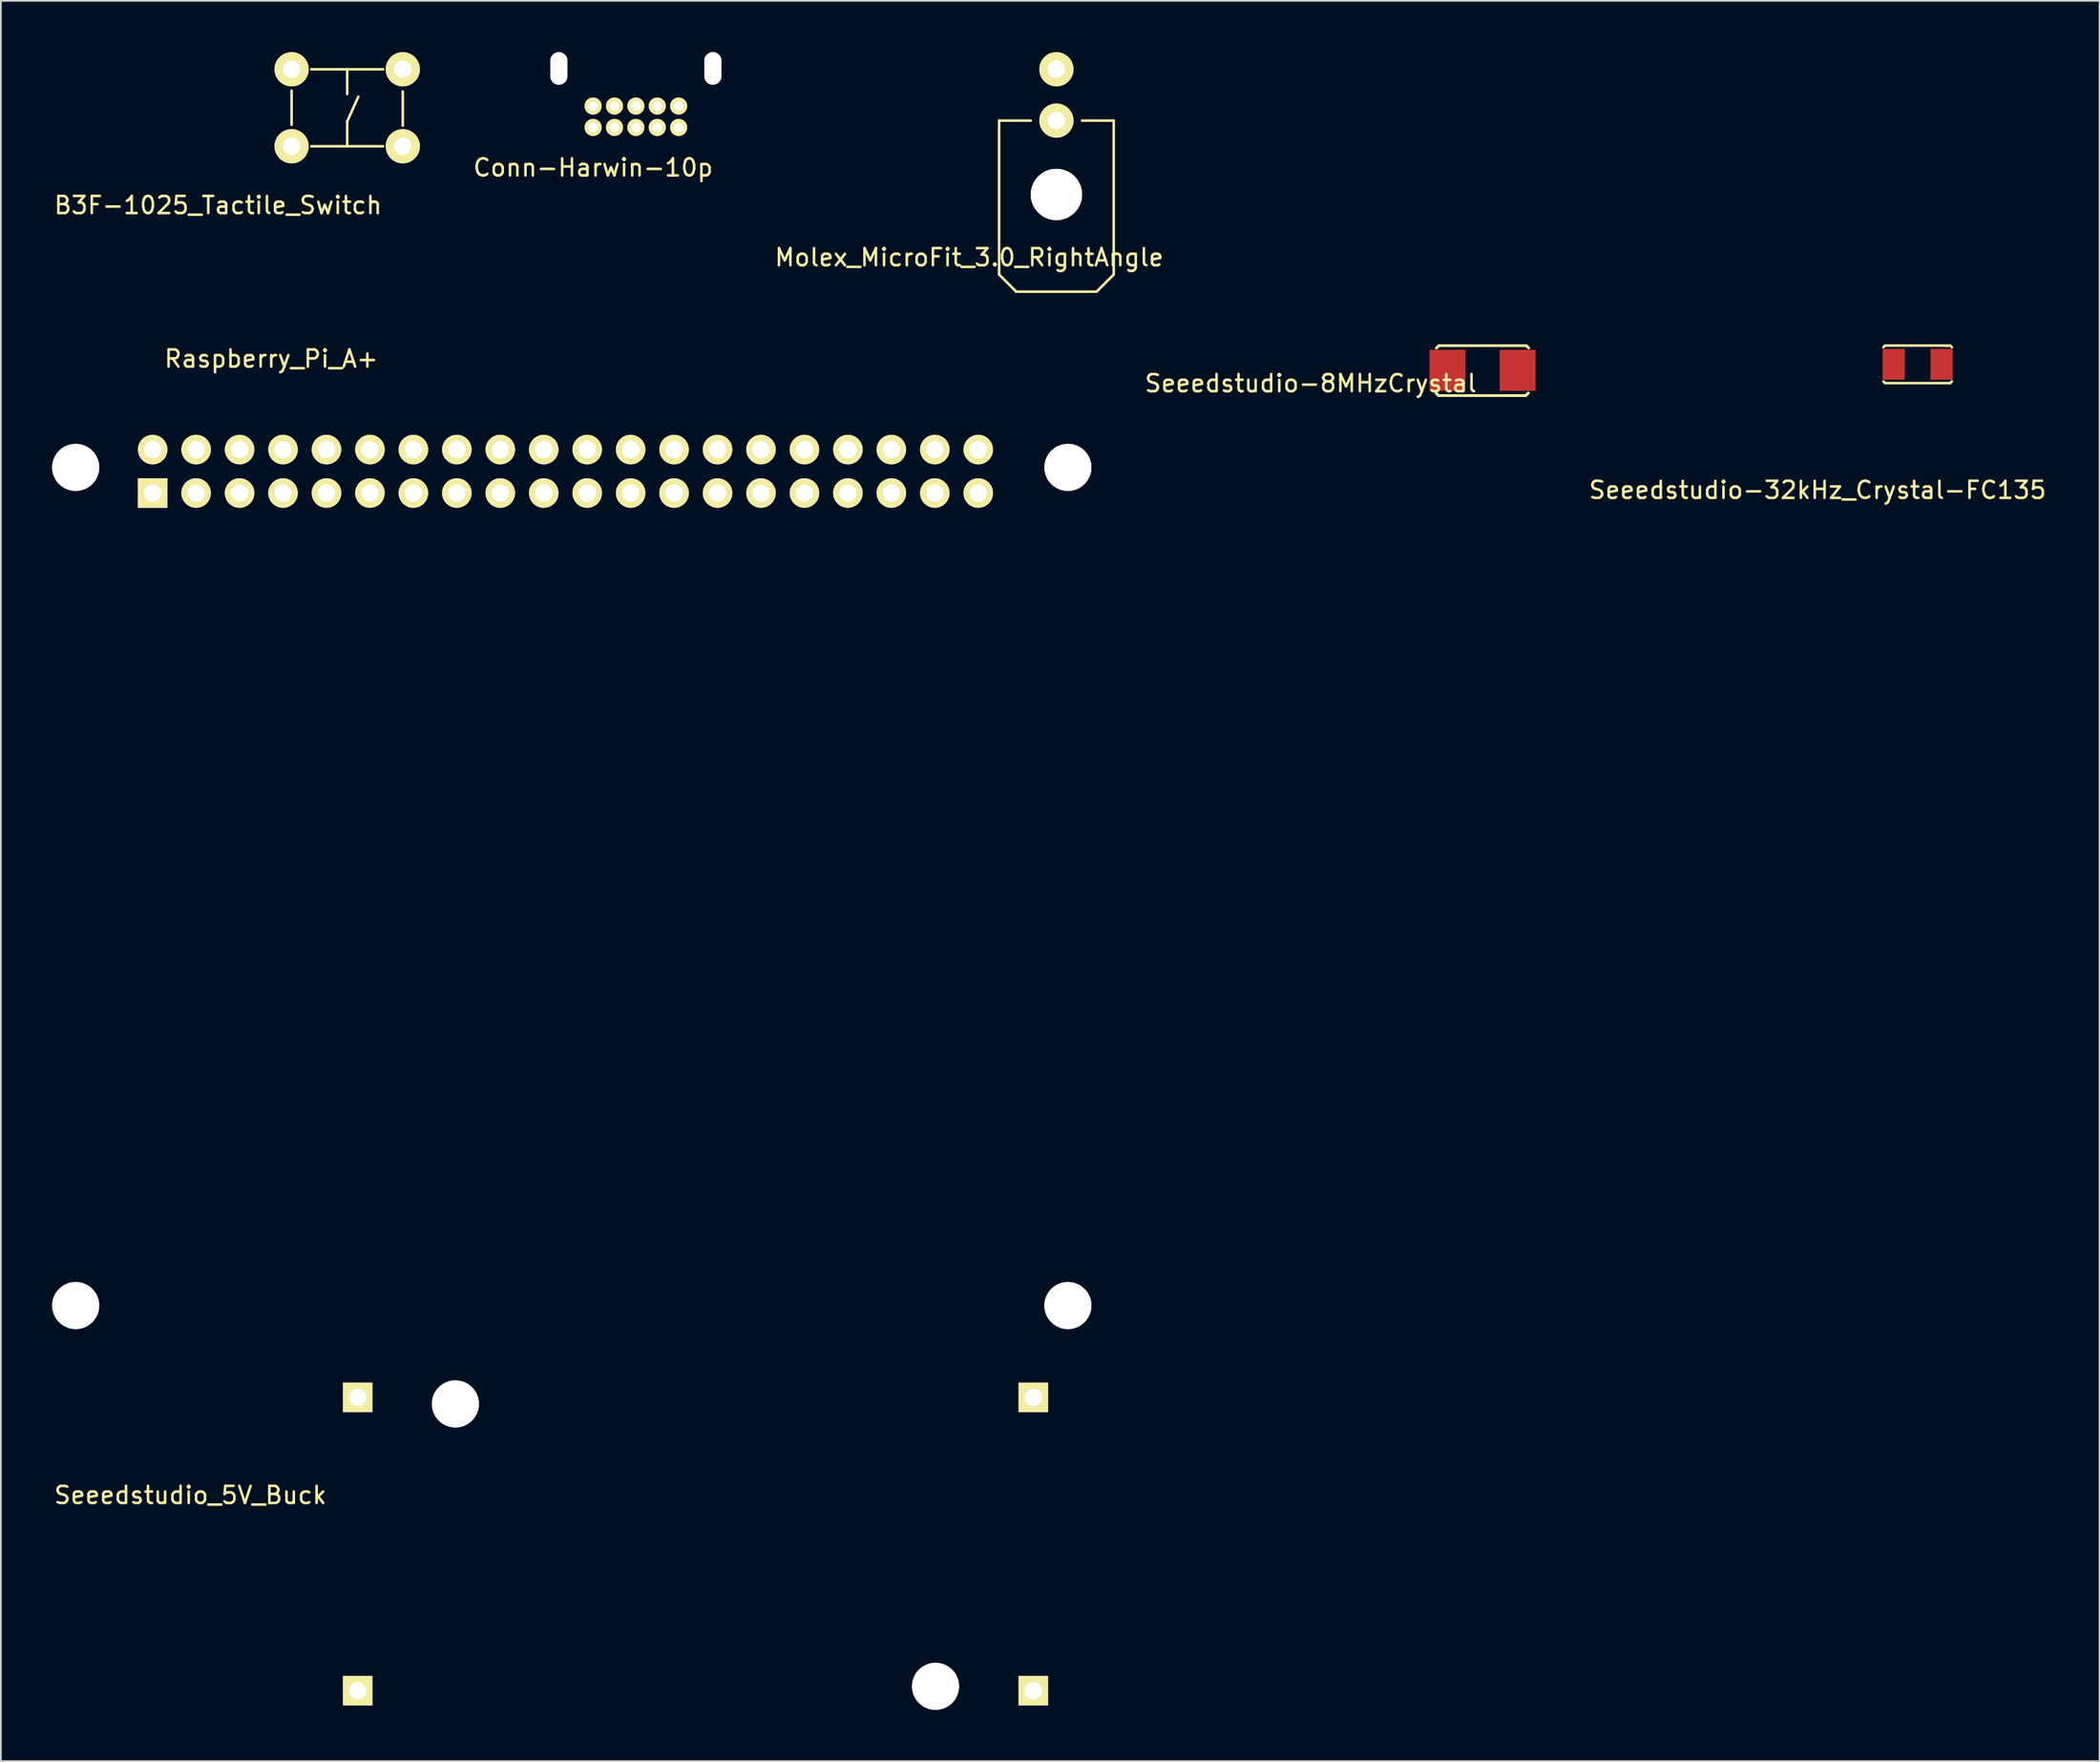
<source format=kicad_pcb>
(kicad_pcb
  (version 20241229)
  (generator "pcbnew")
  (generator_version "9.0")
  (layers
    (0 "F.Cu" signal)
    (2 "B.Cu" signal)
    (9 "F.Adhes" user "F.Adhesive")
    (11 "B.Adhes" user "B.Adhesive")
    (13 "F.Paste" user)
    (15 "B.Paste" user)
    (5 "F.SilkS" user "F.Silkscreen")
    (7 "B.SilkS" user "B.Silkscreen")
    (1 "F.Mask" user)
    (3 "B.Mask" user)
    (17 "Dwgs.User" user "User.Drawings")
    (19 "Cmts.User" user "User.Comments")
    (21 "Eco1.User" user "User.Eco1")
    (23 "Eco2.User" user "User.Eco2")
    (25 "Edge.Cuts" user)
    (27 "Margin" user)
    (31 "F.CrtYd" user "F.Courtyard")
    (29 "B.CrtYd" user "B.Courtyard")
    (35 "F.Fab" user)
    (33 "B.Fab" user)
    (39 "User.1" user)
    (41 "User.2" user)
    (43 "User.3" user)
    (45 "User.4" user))
  (footprint "Raspberry_Pi_A+"
    (layer "F.Cu")
    (at 1.375 24.273)
    (property "Reference" "Raspberry_Pi_A+" (at 11.43 -6.35 0) (layer "F.SilkS") (effects (font (size 1 1) (thickness 0.15))))
    (attr through_hole)
    (pad "" np_thru_hole circle (at 0 0) (size 2.75 2.75) (drill 2.75) (layers "*.Cu" "*.Mask" "F.SilkS"))
    (pad "" np_thru_hole circle (at 0 49) (size 2.75 2.75) (drill 2.75) (layers "*.Cu" "*.Mask" "F.SilkS"))
    (pad "" np_thru_hole circle (at 58 0) (size 2.75 2.75) (drill 2.75) (layers "*.Cu" "*.Mask" "F.SilkS"))
    (pad "" np_thru_hole circle (at 58 49) (size 2.75 2.75) (drill 2.75) (layers "*.Cu" "*.Mask" "F.SilkS"))
    (pad "1" thru_hole rect (at 4.5 1.5) (size 1.727 1.727) (drill 1.016) (layers "*.Cu" "*.Mask" "F.SilkS"))
    (pad "2" thru_hole circle (at 4.5 -1.04) (size 1.727 1.727) (drill 1.016) (layers "*.Cu" "*.Mask" "F.SilkS"))
    (pad "3" thru_hole circle (at 7.04 1.5) (size 1.727 1.727) (drill 1.016) (layers "*.Cu" "*.Mask" "F.SilkS"))
    (pad "4" thru_hole circle (at 7.04 -1.04) (size 1.727 1.727) (drill 1.016) (layers "*.Cu" "*.Mask" "F.SilkS"))
    (pad "5" thru_hole circle (at 9.58 1.5) (size 1.727 1.727) (drill 1.016) (layers "*.Cu" "*.Mask" "F.SilkS"))
    (pad "6" thru_hole circle (at 9.58 -1.04) (size 1.727 1.727) (drill 1.016) (layers "*.Cu" "*.Mask" "F.SilkS"))
    (pad "7" thru_hole circle (at 12.12 1.5) (size 1.727 1.727) (drill 1.016) (layers "*.Cu" "*.Mask" "F.SilkS"))
    (pad "8" thru_hole circle (at 12.12 -1.04) (size 1.727 1.727) (drill 1.016) (layers "*.Cu" "*.Mask" "F.SilkS"))
    (pad "9" thru_hole circle (at 14.66 1.5) (size 1.727 1.727) (drill 1.016) (layers "*.Cu" "*.Mask" "F.SilkS"))
    (pad "10" thru_hole circle (at 14.66 -1.04) (size 1.727 1.727) (drill 1.016) (layers "*.Cu" "*.Mask" "F.SilkS"))
    (pad "11" thru_hole circle (at 17.2 1.5) (size 1.727 1.727) (drill 1.016) (layers "*.Cu" "*.Mask" "F.SilkS"))
    (pad "12" thru_hole circle (at 17.2 -1.04) (size 1.727 1.727) (drill 1.016) (layers "*.Cu" "*.Mask" "F.SilkS"))
    (pad "13" thru_hole circle (at 19.74 1.5) (size 1.727 1.727) (drill 1.016) (layers "*.Cu" "*.Mask" "F.SilkS"))
    (pad "14" thru_hole circle (at 19.74 -1.04) (size 1.727 1.727) (drill 1.016) (layers "*.Cu" "*.Mask" "F.SilkS"))
    (pad "15" thru_hole circle (at 22.28 1.5) (size 1.727 1.727) (drill 1.016) (layers "*.Cu" "*.Mask" "F.SilkS"))
    (pad "16" thru_hole circle (at 22.28 -1.04) (size 1.727 1.727) (drill 1.016) (layers "*.Cu" "*.Mask" "F.SilkS"))
    (pad "17" thru_hole circle (at 24.82 1.5) (size 1.727 1.727) (drill 1.016) (layers "*.Cu" "*.Mask" "F.SilkS"))
    (pad "18" thru_hole circle (at 24.82 -1.04) (size 1.727 1.727) (drill 1.016) (layers "*.Cu" "*.Mask" "F.SilkS"))
    (pad "19" thru_hole circle (at 27.36 1.5) (size 1.727 1.727) (drill 1.016) (layers "*.Cu" "*.Mask" "F.SilkS"))
    (pad "20" thru_hole circle (at 27.36 -1.04) (size 1.727 1.727) (drill 1.016) (layers "*.Cu" "*.Mask" "F.SilkS"))
    (pad "21" thru_hole circle (at 29.9 1.5) (size 1.727 1.727) (drill 1.016) (layers "*.Cu" "*.Mask" "F.SilkS"))
    (pad "22" thru_hole circle (at 29.9 -1.04) (size 1.727 1.727) (drill 1.016) (layers "*.Cu" "*.Mask" "F.SilkS"))
    (pad "23" thru_hole circle (at 32.44 1.5) (size 1.727 1.727) (drill 1.016) (layers "*.Cu" "*.Mask" "F.SilkS"))
    (pad "24" thru_hole circle (at 32.44 -1.04) (size 1.727 1.727) (drill 1.016) (layers "*.Cu" "*.Mask" "F.SilkS"))
    (pad "25" thru_hole circle (at 34.98 1.5) (size 1.727 1.727) (drill 1.016) (layers "*.Cu" "*.Mask" "F.SilkS"))
    (pad "26" thru_hole circle (at 34.98 -1.04) (size 1.727 1.727) (drill 1.016) (layers "*.Cu" "*.Mask" "F.SilkS"))
    (pad "27" thru_hole circle (at 37.52 1.5) (size 1.727 1.727) (drill 1.016) (layers "*.Cu" "*.Mask" "F.SilkS"))
    (pad "28" thru_hole circle (at 37.52 -1.04) (size 1.727 1.727) (drill 1.016) (layers "*.Cu" "*.Mask" "F.SilkS"))
    (pad "29" thru_hole circle (at 40.06 1.5) (size 1.727 1.727) (drill 1.016) (layers "*.Cu" "*.Mask" "F.SilkS"))
    (pad "30" thru_hole circle (at 40.06 -1.04) (size 1.727 1.727) (drill 1.016) (layers "*.Cu" "*.Mask" "F.SilkS"))
    (pad "31" thru_hole circle (at 42.6 1.5) (size 1.727 1.727) (drill 1.016) (layers "*.Cu" "*.Mask" "F.SilkS"))
    (pad "32" thru_hole circle (at 42.6 -1.04) (size 1.727 1.727) (drill 1.016) (layers "*.Cu" "*.Mask" "F.SilkS"))
    (pad "33" thru_hole circle (at 45.14 1.5) (size 1.727 1.727) (drill 1.016) (layers "*.Cu" "*.Mask" "F.SilkS"))
    (pad "34" thru_hole circle (at 45.14 -1.04) (size 1.727 1.727) (drill 1.016) (layers "*.Cu" "*.Mask" "F.SilkS"))
    (pad "35" thru_hole circle (at 47.68 1.5) (size 1.727 1.727) (drill 1.016) (layers "*.Cu" "*.Mask" "F.SilkS"))
    (pad "36" thru_hole circle (at 47.68 -1.04) (size 1.727 1.727) (drill 1.016) (layers "*.Cu" "*.Mask" "F.SilkS"))
    (pad "37" thru_hole circle (at 50.22 1.5) (size 1.727 1.727) (drill 1.016) (layers "*.Cu" "*.Mask" "F.SilkS"))
    (pad "38" thru_hole circle (at 50.22 -1.04) (size 1.727 1.727) (drill 1.016) (layers "*.Cu" "*.Mask" "F.SilkS"))
    (pad "39" thru_hole circle (at 52.76 1.5) (size 1.727 1.727) (drill 1.016) (layers "*.Cu" "*.Mask" "F.SilkS"))
    (pad "40" thru_hole circle (at 52.76 -1.04) (size 1.727 1.727) (drill 1.016) (layers "*.Cu" "*.Mask" "F.SilkS")))
  (footprint "Seeedstudio_5V_Buck"
    (layer "F.Cu")
    (at 17.856 78.642)
    (property "Reference" "Seeedstudio_5V_Buck" (at -9.779 5.715 0) (layer "F.SilkS") (effects (font (size 1 1) (thickness 0.15))))
    (attr through_hole)
    (pad "" np_thru_hole circle (at 5.715 0.381) (size 2.75 2.75) (drill 2.75) (layers "*.Cu" "*.Mask" "F.SilkS"))
    (pad "" np_thru_hole circle (at 33.782 16.891) (size 2.75 2.75) (drill 2.75) (layers "*.Cu" "*.Mask" "F.SilkS"))
    (pad "1" thru_hole rect (at 0 0) (size 1.727 1.727) (drill 1.016) (layers "*.Cu" "*.Mask" "F.SilkS"))
    (pad "2" thru_hole rect (at 0 17.145) (size 1.727 1.727) (drill 1.016) (layers "*.Cu" "*.Mask" "F.SilkS"))
    (pad "3" thru_hole rect (at 39.497 0) (size 1.727 1.727) (drill 1.016) (layers "*.Cu" "*.Mask" "F.SilkS"))
    (pad "4" thru_hole rect (at 39.497 17.145) (size 1.727 1.727) (drill 1.016) (layers "*.Cu" "*.Mask" "F.SilkS")))
  (footprint "Molex_MicroFit_3.0_RightAngle"
    (layer "F.Cu")
    (at 58.704 1)
    (property "Reference" "Molex_MicroFit_3.0_RightAngle" (at -5.1 11 0) (layer "F.SilkS") (effects (font (size 1 1) (thickness 0.15))))
    (attr through_hole)
    (fp_line (start -3.35 3) (end -3.35 12) (stroke (width 0.15) (type solid)) (layer "F.SilkS"))
    (fp_line (start -3.35 12) (end -2.35 13) (stroke (width 0.15) (type solid)) (layer "F.SilkS"))
    (fp_line (start -1.5 3) (end -3.35 3) (stroke (width 0.15) (type solid)) (layer "F.SilkS"))
    (fp_line (start 1.5 3) (end 2.2 3) (stroke (width 0.15) (type solid)) (layer "F.SilkS"))
    (fp_line (start 2.2 3) (end 3.35 3) (stroke (width 0.15) (type solid)) (layer "F.SilkS"))
    (fp_line (start 2.35 13) (end -2.35 13) (stroke (width 0.15) (type solid)) (layer "F.SilkS"))
    (fp_line (start 3.35 3) (end 3.35 12) (stroke (width 0.15) (type solid)) (layer "F.SilkS"))
    (fp_line (start 3.35 12) (end 2.35 13) (stroke (width 0.15) (type solid)) (layer "F.SilkS"))
    (pad "" np_thru_hole circle (at 0 7.32) (size 3 3) (drill 3) (layers "*.Cu" "*.Mask" "F.SilkS"))
    (pad "1" thru_hole circle (at 0 0) (size 2 2) (drill 1.02) (layers "*.Cu" "*.Mask" "F.SilkS"))
    (pad "2" thru_hole circle (at 0 3) (size 2 2) (drill 1.02) (layers "*.Cu" "*.Mask" "F.SilkS")))
  (footprint "B3F-1025_Tactile_Switch"
    (layer "F.Cu")
    (at 17.246 3.25)
    (property "Reference" "B3F-1025_Tactile_Switch" (at -7.55 5.7 0) (layer "F.SilkS") (effects (font (size 1 1) (thickness 0.15))))
    (attr through_hole)
    (fp_line (start -3.25 -1) (end -3.25 1) (stroke (width 0.15) (type solid)) (layer "F.SilkS"))
    (fp_line (start -2.1 -2.25) (end 2.1 -2.25) (stroke (width 0.15) (type solid)) (layer "F.SilkS"))
    (fp_line (start -2.1 2.25) (end 2.1 2.25) (stroke (width 0.15) (type solid)) (layer "F.SilkS"))
    (fp_line (start 0 -2.25) (end 0 -0.8) (stroke (width 0.15) (type solid)) (layer "F.SilkS"))
    (fp_line (start 0 0.8) (end 0 2.25) (stroke (width 0.15) (type solid)) (layer "F.SilkS"))
    (fp_line (start 0 0.8) (end 0.65 -0.65) (stroke (width 0.15) (type solid)) (layer "F.SilkS"))
    (fp_line (start 3.25 1.05) (end 3.25 -0.95) (stroke (width 0.15) (type solid)) (layer "F.SilkS"))
    (pad "1" thru_hole circle (at -3.25 2.25) (size 2 2) (drill 1.02) (layers "*.Cu" "*.Mask" "F.SilkS"))
    (pad "1" thru_hole circle (at 3.25 2.25) (size 2 2) (drill 1.02) (layers "*.Cu" "*.Mask" "F.SilkS"))
    (pad "2" thru_hole circle (at -3.25 -2.25) (size 2 2) (drill 1.02) (layers "*.Cu" "*.Mask" "F.SilkS"))
    (pad "2" thru_hole circle (at 3.25 -2.25) (size 2 2) (drill 1.02) (layers "*.Cu" "*.Mask" "F.SilkS")))
  (footprint "Seeedstudio-32kHz_Crystal-FC135"
    (layer "F.Cu")
    (at 109.049 18.25)
    (property "Reference" "Seeedstudio-32kHz_Crystal-FC135" (at -5.85 7.35 0) (layer "F.SilkS") (effects (font (size 1 1) (thickness 0.15))))
    (attr through_hole)
    (fp_line (start -2 -1) (end -1.9 -1.1) (stroke (width 0.15) (type solid)) (layer "F.SilkS"))
    (fp_line (start -2 1) (end -1.9 1.1) (stroke (width 0.15) (type solid)) (layer "F.SilkS"))
    (fp_line (start -1.9 -1.1) (end 1.8 -1.1) (stroke (width 0.15) (type solid)) (layer "F.SilkS"))
    (fp_line (start -1.9 1.1) (end 1.9 1.1) (stroke (width 0.15) (type solid)) (layer "F.SilkS"))
    (fp_line (start 1.7 -1.1) (end 1.6 -1.1) (stroke (width 0.15) (type solid)) (layer "F.SilkS"))
    (fp_line (start 1.9 -1.1) (end 1.7 -1.1) (stroke (width 0.15) (type solid)) (layer "F.SilkS"))
    (fp_line (start 1.9 1.1) (end 2 1) (stroke (width 0.15) (type solid)) (layer "F.SilkS"))
    (fp_line (start 2 -1) (end 1.9 -1.1) (stroke (width 0.15) (type solid)) (layer "F.SilkS"))
    (pad "1" smd rect (at -1.4 0) (size 1.3 1.8) (layers "F.Cu" "F.Mask" "F.Paste"))
    (pad "2" smd rect (at 1.4 0) (size 1.3 1.8) (layers "F.Cu" "F.Mask" "F.Paste")))
  (footprint "Conn-Harwin-10p"
    (layer "F.Cu")
    (at 31.621 3.15)
    (property "Reference" "Conn-Harwin-10p" (at 0 3.6 0) (layer "F.SilkS") (effects (font (size 1 1) (thickness 0.15))))
    (attr through_hole)
    (pad "" np_thru_hole oval (at -2 -2.2) (size 1 1.9) (drill oval 1 1.9) (layers "*.Cu" "*.Mask" "F.SilkS"))
    (pad "" np_thru_hole oval (at 7 -2.2) (size 1 1.9) (drill oval 1 1.9) (layers "*.Cu" "*.Mask" "F.SilkS"))
    (pad "1" thru_hole circle (at 0 0) (size 1 1) (drill 0.55) (layers "*.Cu" "*.Mask" "F.SilkS"))
    (pad "2" thru_hole circle (at 1.25 0) (size 1 1) (drill 0.55) (layers "*.Cu" "*.Mask" "F.SilkS"))
    (pad "3" thru_hole circle (at 2.5 0) (size 1 1) (drill 0.55) (layers "*.Cu" "*.Mask" "F.SilkS"))
    (pad "4" thru_hole circle (at 3.75 0) (size 1 1) (drill 0.55) (layers "*.Cu" "*.Mask" "F.SilkS"))
    (pad "5" thru_hole circle (at 5 0) (size 1 1) (drill 0.55) (layers "*.Cu" "*.Mask" "F.SilkS"))
    (pad "6" thru_hole circle (at 0 1.25) (size 1 1) (drill 0.55) (layers "*.Cu" "*.Mask" "F.SilkS"))
    (pad "7" thru_hole circle (at 1.25 1.25) (size 1 1) (drill 0.55) (layers "*.Cu" "*.Mask" "F.SilkS"))
    (pad "8" thru_hole circle (at 2.5 1.25) (size 1 1) (drill 0.55) (layers "*.Cu" "*.Mask" "F.SilkS"))
    (pad "9" thru_hole circle (at 3.75 1.25) (size 1 1) (drill 0.55) (layers "*.Cu" "*.Mask" "F.SilkS"))
    (pad "10" thru_hole circle (at 5 1.25) (size 1 1) (drill 0.55) (layers "*.Cu" "*.Mask" "F.SilkS")))
  (footprint "Seeedstudio-8MHzCrystal"
    (layer "F.Cu")
    (at 81.566 18.6)
    (property "Reference" "Seeedstudio-8MHzCrystal" (at -8.001 0.762 0) (layer "F.SilkS") (effects (font (size 1 1) (thickness 0.15))))
    (attr through_hole)
    (fp_line (start -0.675 1.325) (end -0.525 1.475) (stroke (width 0.15) (type solid)) (layer "F.SilkS"))
    (fp_line (start -0.675 1.325) (end -0.525 1.475) (stroke (width 0.15) (type solid)) (layer "F.SilkS"))
    (fp_line (start -0.65 -1.3) (end -0.5 -1.45) (stroke (width 0.15) (type solid)) (layer "F.SilkS"))
    (fp_line (start -0.65 -1.3) (end -0.5 -1.45) (stroke (width 0.15) (type solid)) (layer "F.SilkS"))
    (fp_line (start -0.525 1.475) (end 0.025 1.475) (stroke (width 0.15) (type solid)) (layer "F.SilkS"))
    (fp_line (start -0.525 1.475) (end 0.025 1.475) (stroke (width 0.15) (type solid)) (layer "F.SilkS"))
    (fp_line (start -0.5 -1.45) (end 4.05 -1.45) (stroke (width 0.15) (type solid)) (layer "F.SilkS"))
    (fp_line (start -0.5 -1.45) (end 4.05 -1.45) (stroke (width 0.15) (type solid)) (layer "F.SilkS"))
    (fp_line (start 4.575 1.475) (end 0.025 1.475) (stroke (width 0.15) (type solid)) (layer "F.SilkS"))
    (fp_line (start 4.575 1.475) (end 0.025 1.475) (stroke (width 0.15) (type solid)) (layer "F.SilkS"))
    (fp_line (start 4.6 -1.45) (end 4.05 -1.45) (stroke (width 0.15) (type solid)) (layer "F.SilkS"))
    (fp_line (start 4.6 -1.45) (end 4.05 -1.45) (stroke (width 0.15) (type solid)) (layer "F.SilkS"))
    (fp_line (start 4.725 1.325) (end 4.575 1.475) (stroke (width 0.15) (type solid)) (layer "F.SilkS"))
    (fp_line (start 4.725 1.325) (end 4.575 1.475) (stroke (width 0.15) (type solid)) (layer "F.SilkS"))
    (fp_line (start 4.75 -1.3) (end 4.6 -1.45) (stroke (width 0.15) (type solid)) (layer "F.SilkS"))
    (fp_line (start 4.75 -1.3) (end 4.6 -1.45) (stroke (width 0.15) (type solid)) (layer "F.SilkS"))
    (pad "1" smd rect (at 0 0) (size 2.1 2.4) (layers "F.Cu" "F.Mask" "F.Paste"))
    (pad "2" smd rect (at 4.1 0) (size 2.1 2.4) (layers "F.Cu" "F.Mask" "F.Paste")))
  (gr_rect
    (start -3 -3)
    (end 119.681 99.908)
    (stroke (width 0.1) (type default))
    (fill no)
    (layer "Edge.Cuts")))
</source>
